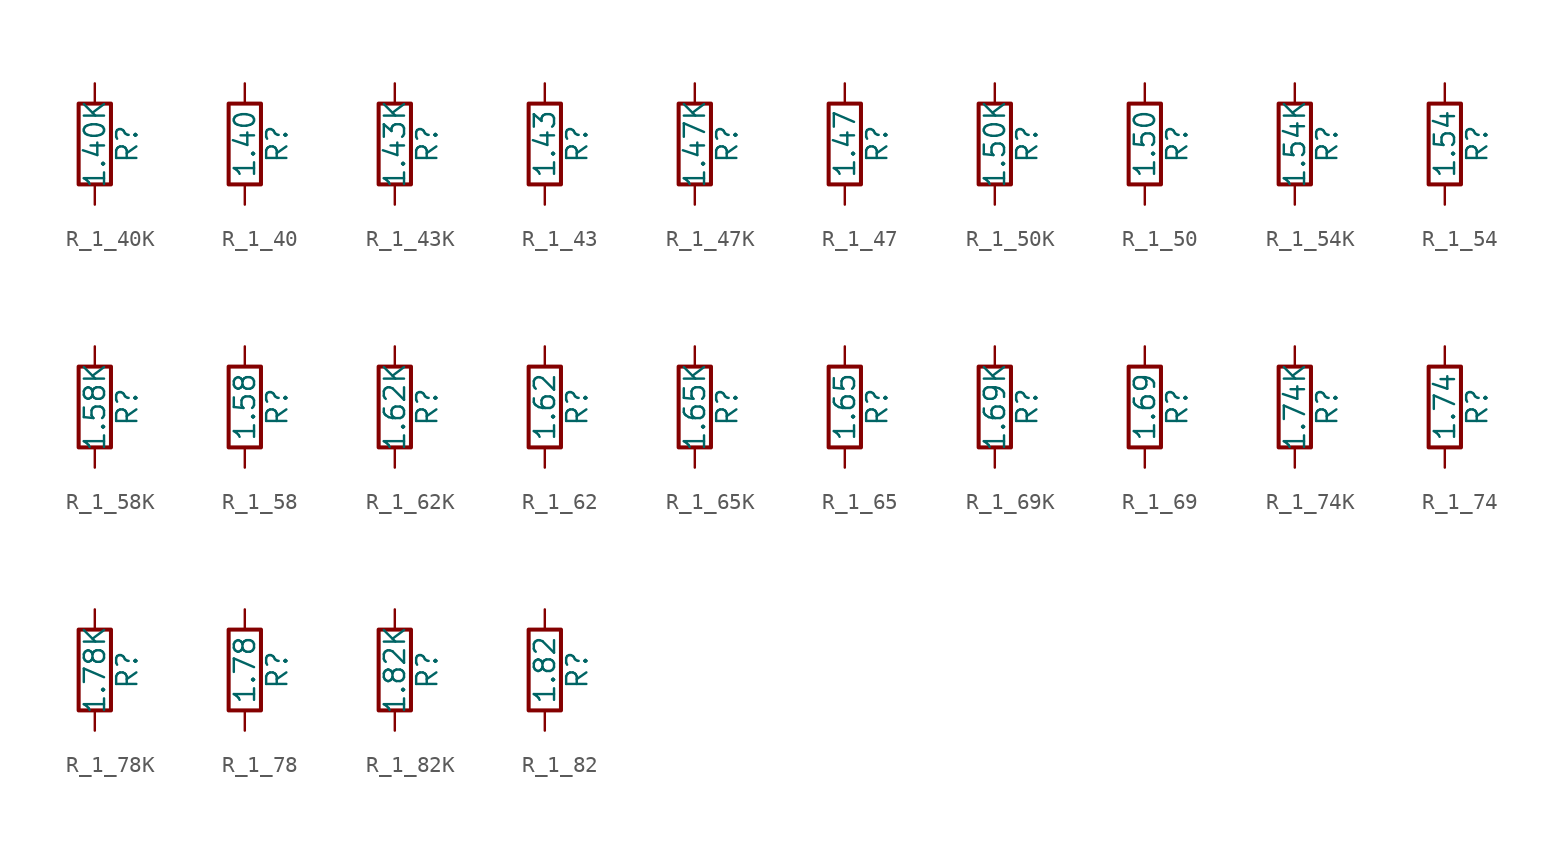
<source format=kicad_sym>
(kicad_symbol_lib
  (version 20211014)
  (generator atlantix-eda)
  (symbol "R_1_40K"
    (pin_numbers hide)
    (pin_names
      (offset 0))
    (property "Reference" "R"
      (at 2.032 0 90)
      (effects (font (size 1.27 1.27))))
    (property "Value" "1.40K"
      (at 0 0 90)
      (effects (font (size 1.27 1.27))))
    (symbol "R_1_40K_0_1"
      (rectangle (start -1.016 -2.54) (end 1.016 2.54) (stroke (width 0.254) (type default) (color 0 0 0 0)) (fill (type none))))
    (symbol "R_1_40K_1_1"
      (pin passive line (at 0 3.81 270) (length 1.27) (name "~" (effects (font (size 1.27 1.27)))) (number "1" (effects (font (size 1.27 1.27)))))
      (pin passive line (at 0 -3.81 90) (length 1.27) (name "~" (effects (font (size 1.27 1.27)))) (number "2" (effects (font (size 1.27 1.27)))))))
  (symbol "R_1_40"
    (pin_numbers hide)
    (pin_names
      (offset 0))
    (property "Reference" "R"
      (at 2.032 0 90)
      (effects (font (size 1.27 1.27))))
    (property "Value" "1.40"
      (at 0 0 90)
      (effects (font (size 1.27 1.27))))
    (symbol "R_1_40_0_1"
      (rectangle (start -1.016 -2.54) (end 1.016 2.54) (stroke (width 0.254) (type default) (color 0 0 0 0)) (fill (type none))))
    (symbol "R_1_40_1_1"
      (pin passive line (at 0 3.81 270) (length 1.27) (name "~" (effects (font (size 1.27 1.27)))) (number "1" (effects (font (size 1.27 1.27)))))
      (pin passive line (at 0 -3.81 90) (length 1.27) (name "~" (effects (font (size 1.27 1.27)))) (number "2" (effects (font (size 1.27 1.27)))))))
  (symbol "R_1_43K"
    (pin_numbers hide)
    (pin_names
      (offset 0))
    (property "Reference" "R"
      (at 2.032 0 90)
      (effects (font (size 1.27 1.27))))
    (property "Value" "1.43K"
      (at 0 0 90)
      (effects (font (size 1.27 1.27))))
    (symbol "R_1_43K_0_1"
      (rectangle (start -1.016 -2.54) (end 1.016 2.54) (stroke (width 0.254) (type default) (color 0 0 0 0)) (fill (type none))))
    (symbol "R_1_43K_1_1"
      (pin passive line (at 0 3.81 270) (length 1.27) (name "~" (effects (font (size 1.27 1.27)))) (number "1" (effects (font (size 1.27 1.27)))))
      (pin passive line (at 0 -3.81 90) (length 1.27) (name "~" (effects (font (size 1.27 1.27)))) (number "2" (effects (font (size 1.27 1.27)))))))
  (symbol "R_1_43"
    (pin_numbers hide)
    (pin_names
      (offset 0))
    (property "Reference" "R"
      (at 2.032 0 90)
      (effects (font (size 1.27 1.27))))
    (property "Value" "1.43"
      (at 0 0 90)
      (effects (font (size 1.27 1.27))))
    (symbol "R_1_43_0_1"
      (rectangle (start -1.016 -2.54) (end 1.016 2.54) (stroke (width 0.254) (type default) (color 0 0 0 0)) (fill (type none))))
    (symbol "R_1_43_1_1"
      (pin passive line (at 0 3.81 270) (length 1.27) (name "~" (effects (font (size 1.27 1.27)))) (number "1" (effects (font (size 1.27 1.27)))))
      (pin passive line (at 0 -3.81 90) (length 1.27) (name "~" (effects (font (size 1.27 1.27)))) (number "2" (effects (font (size 1.27 1.27)))))))
  (symbol "R_1_47K"
    (pin_numbers hide)
    (pin_names
      (offset 0))
    (property "Reference" "R"
      (at 2.032 0 90)
      (effects (font (size 1.27 1.27))))
    (property "Value" "1.47K"
      (at 0 0 90)
      (effects (font (size 1.27 1.27))))
    (symbol "R_1_47K_0_1"
      (rectangle (start -1.016 -2.54) (end 1.016 2.54) (stroke (width 0.254) (type default) (color 0 0 0 0)) (fill (type none))))
    (symbol "R_1_47K_1_1"
      (pin passive line (at 0 3.81 270) (length 1.27) (name "~" (effects (font (size 1.27 1.27)))) (number "1" (effects (font (size 1.27 1.27)))))
      (pin passive line (at 0 -3.81 90) (length 1.27) (name "~" (effects (font (size 1.27 1.27)))) (number "2" (effects (font (size 1.27 1.27)))))))
  (symbol "R_1_47"
    (pin_numbers hide)
    (pin_names
      (offset 0))
    (property "Reference" "R"
      (at 2.032 0 90)
      (effects (font (size 1.27 1.27))))
    (property "Value" "1.47"
      (at 0 0 90)
      (effects (font (size 1.27 1.27))))
    (symbol "R_1_47_0_1"
      (rectangle (start -1.016 -2.54) (end 1.016 2.54) (stroke (width 0.254) (type default) (color 0 0 0 0)) (fill (type none))))
    (symbol "R_1_47_1_1"
      (pin passive line (at 0 3.81 270) (length 1.27) (name "~" (effects (font (size 1.27 1.27)))) (number "1" (effects (font (size 1.27 1.27)))))
      (pin passive line (at 0 -3.81 90) (length 1.27) (name "~" (effects (font (size 1.27 1.27)))) (number "2" (effects (font (size 1.27 1.27)))))))
  (symbol "R_1_50K"
    (pin_numbers hide)
    (pin_names
      (offset 0))
    (property "Reference" "R"
      (at 2.032 0 90)
      (effects (font (size 1.27 1.27))))
    (property "Value" "1.50K"
      (at 0 0 90)
      (effects (font (size 1.27 1.27))))
    (symbol "R_1_50K_0_1"
      (rectangle (start -1.016 -2.54) (end 1.016 2.54) (stroke (width 0.254) (type default) (color 0 0 0 0)) (fill (type none))))
    (symbol "R_1_50K_1_1"
      (pin passive line (at 0 3.81 270) (length 1.27) (name "~" (effects (font (size 1.27 1.27)))) (number "1" (effects (font (size 1.27 1.27)))))
      (pin passive line (at 0 -3.81 90) (length 1.27) (name "~" (effects (font (size 1.27 1.27)))) (number "2" (effects (font (size 1.27 1.27)))))))
  (symbol "R_1_50"
    (pin_numbers hide)
    (pin_names
      (offset 0))
    (property "Reference" "R"
      (at 2.032 0 90)
      (effects (font (size 1.27 1.27))))
    (property "Value" "1.50"
      (at 0 0 90)
      (effects (font (size 1.27 1.27))))
    (symbol "R_1_50_0_1"
      (rectangle (start -1.016 -2.54) (end 1.016 2.54) (stroke (width 0.254) (type default) (color 0 0 0 0)) (fill (type none))))
    (symbol "R_1_50_1_1"
      (pin passive line (at 0 3.81 270) (length 1.27) (name "~" (effects (font (size 1.27 1.27)))) (number "1" (effects (font (size 1.27 1.27)))))
      (pin passive line (at 0 -3.81 90) (length 1.27) (name "~" (effects (font (size 1.27 1.27)))) (number "2" (effects (font (size 1.27 1.27)))))))
  (symbol "R_1_54K"
    (pin_numbers hide)
    (pin_names
      (offset 0))
    (property "Reference" "R"
      (at 2.032 0 90)
      (effects (font (size 1.27 1.27))))
    (property "Value" "1.54K"
      (at 0 0 90)
      (effects (font (size 1.27 1.27))))
    (symbol "R_1_54K_0_1"
      (rectangle (start -1.016 -2.54) (end 1.016 2.54) (stroke (width 0.254) (type default) (color 0 0 0 0)) (fill (type none))))
    (symbol "R_1_54K_1_1"
      (pin passive line (at 0 3.81 270) (length 1.27) (name "~" (effects (font (size 1.27 1.27)))) (number "1" (effects (font (size 1.27 1.27)))))
      (pin passive line (at 0 -3.81 90) (length 1.27) (name "~" (effects (font (size 1.27 1.27)))) (number "2" (effects (font (size 1.27 1.27)))))))
  (symbol "R_1_54"
    (pin_numbers hide)
    (pin_names
      (offset 0))
    (property "Reference" "R"
      (at 2.032 0 90)
      (effects (font (size 1.27 1.27))))
    (property "Value" "1.54"
      (at 0 0 90)
      (effects (font (size 1.27 1.27))))
    (symbol "R_1_54_0_1"
      (rectangle (start -1.016 -2.54) (end 1.016 2.54) (stroke (width 0.254) (type default) (color 0 0 0 0)) (fill (type none))))
    (symbol "R_1_54_1_1"
      (pin passive line (at 0 3.81 270) (length 1.27) (name "~" (effects (font (size 1.27 1.27)))) (number "1" (effects (font (size 1.27 1.27)))))
      (pin passive line (at 0 -3.81 90) (length 1.27) (name "~" (effects (font (size 1.27 1.27)))) (number "2" (effects (font (size 1.27 1.27)))))))
  (symbol "R_1_58K"
    (pin_numbers hide)
    (pin_names
      (offset 0))
    (property "Reference" "R"
      (at 2.032 0 90)
      (effects (font (size 1.27 1.27))))
    (property "Value" "1.58K"
      (at 0 0 90)
      (effects (font (size 1.27 1.27))))
    (symbol "R_1_58K_0_1"
      (rectangle (start -1.016 -2.54) (end 1.016 2.54) (stroke (width 0.254) (type default) (color 0 0 0 0)) (fill (type none))))
    (symbol "R_1_58K_1_1"
      (pin passive line (at 0 3.81 270) (length 1.27) (name "~" (effects (font (size 1.27 1.27)))) (number "1" (effects (font (size 1.27 1.27)))))
      (pin passive line (at 0 -3.81 90) (length 1.27) (name "~" (effects (font (size 1.27 1.27)))) (number "2" (effects (font (size 1.27 1.27)))))))
  (symbol "R_1_58"
    (pin_numbers hide)
    (pin_names
      (offset 0))
    (property "Reference" "R"
      (at 2.032 0 90)
      (effects (font (size 1.27 1.27))))
    (property "Value" "1.58"
      (at 0 0 90)
      (effects (font (size 1.27 1.27))))
    (symbol "R_1_58_0_1"
      (rectangle (start -1.016 -2.54) (end 1.016 2.54) (stroke (width 0.254) (type default) (color 0 0 0 0)) (fill (type none))))
    (symbol "R_1_58_1_1"
      (pin passive line (at 0 3.81 270) (length 1.27) (name "~" (effects (font (size 1.27 1.27)))) (number "1" (effects (font (size 1.27 1.27)))))
      (pin passive line (at 0 -3.81 90) (length 1.27) (name "~" (effects (font (size 1.27 1.27)))) (number "2" (effects (font (size 1.27 1.27)))))))
  (symbol "R_1_62K"
    (pin_numbers hide)
    (pin_names
      (offset 0))
    (property "Reference" "R"
      (at 2.032 0 90)
      (effects (font (size 1.27 1.27))))
    (property "Value" "1.62K"
      (at 0 0 90)
      (effects (font (size 1.27 1.27))))
    (symbol "R_1_62K_0_1"
      (rectangle (start -1.016 -2.54) (end 1.016 2.54) (stroke (width 0.254) (type default) (color 0 0 0 0)) (fill (type none))))
    (symbol "R_1_62K_1_1"
      (pin passive line (at 0 3.81 270) (length 1.27) (name "~" (effects (font (size 1.27 1.27)))) (number "1" (effects (font (size 1.27 1.27)))))
      (pin passive line (at 0 -3.81 90) (length 1.27) (name "~" (effects (font (size 1.27 1.27)))) (number "2" (effects (font (size 1.27 1.27)))))))
  (symbol "R_1_62"
    (pin_numbers hide)
    (pin_names
      (offset 0))
    (property "Reference" "R"
      (at 2.032 0 90)
      (effects (font (size 1.27 1.27))))
    (property "Value" "1.62"
      (at 0 0 90)
      (effects (font (size 1.27 1.27))))
    (symbol "R_1_62_0_1"
      (rectangle (start -1.016 -2.54) (end 1.016 2.54) (stroke (width 0.254) (type default) (color 0 0 0 0)) (fill (type none))))
    (symbol "R_1_62_1_1"
      (pin passive line (at 0 3.81 270) (length 1.27) (name "~" (effects (font (size 1.27 1.27)))) (number "1" (effects (font (size 1.27 1.27)))))
      (pin passive line (at 0 -3.81 90) (length 1.27) (name "~" (effects (font (size 1.27 1.27)))) (number "2" (effects (font (size 1.27 1.27)))))))
  (symbol "R_1_65K"
    (pin_numbers hide)
    (pin_names
      (offset 0))
    (property "Reference" "R"
      (at 2.032 0 90)
      (effects (font (size 1.27 1.27))))
    (property "Value" "1.65K"
      (at 0 0 90)
      (effects (font (size 1.27 1.27))))
    (symbol "R_1_65K_0_1"
      (rectangle (start -1.016 -2.54) (end 1.016 2.54) (stroke (width 0.254) (type default) (color 0 0 0 0)) (fill (type none))))
    (symbol "R_1_65K_1_1"
      (pin passive line (at 0 3.81 270) (length 1.27) (name "~" (effects (font (size 1.27 1.27)))) (number "1" (effects (font (size 1.27 1.27)))))
      (pin passive line (at 0 -3.81 90) (length 1.27) (name "~" (effects (font (size 1.27 1.27)))) (number "2" (effects (font (size 1.27 1.27)))))))
  (symbol "R_1_65"
    (pin_numbers hide)
    (pin_names
      (offset 0))
    (property "Reference" "R"
      (at 2.032 0 90)
      (effects (font (size 1.27 1.27))))
    (property "Value" "1.65"
      (at 0 0 90)
      (effects (font (size 1.27 1.27))))
    (symbol "R_1_65_0_1"
      (rectangle (start -1.016 -2.54) (end 1.016 2.54) (stroke (width 0.254) (type default) (color 0 0 0 0)) (fill (type none))))
    (symbol "R_1_65_1_1"
      (pin passive line (at 0 3.81 270) (length 1.27) (name "~" (effects (font (size 1.27 1.27)))) (number "1" (effects (font (size 1.27 1.27)))))
      (pin passive line (at 0 -3.81 90) (length 1.27) (name "~" (effects (font (size 1.27 1.27)))) (number "2" (effects (font (size 1.27 1.27)))))))
  (symbol "R_1_69K"
    (pin_numbers hide)
    (pin_names
      (offset 0))
    (property "Reference" "R"
      (at 2.032 0 90)
      (effects (font (size 1.27 1.27))))
    (property "Value" "1.69K"
      (at 0 0 90)
      (effects (font (size 1.27 1.27))))
    (symbol "R_1_69K_0_1"
      (rectangle (start -1.016 -2.54) (end 1.016 2.54) (stroke (width 0.254) (type default) (color 0 0 0 0)) (fill (type none))))
    (symbol "R_1_69K_1_1"
      (pin passive line (at 0 3.81 270) (length 1.27) (name "~" (effects (font (size 1.27 1.27)))) (number "1" (effects (font (size 1.27 1.27)))))
      (pin passive line (at 0 -3.81 90) (length 1.27) (name "~" (effects (font (size 1.27 1.27)))) (number "2" (effects (font (size 1.27 1.27)))))))
  (symbol "R_1_69"
    (pin_numbers hide)
    (pin_names
      (offset 0))
    (property "Reference" "R"
      (at 2.032 0 90)
      (effects (font (size 1.27 1.27))))
    (property "Value" "1.69"
      (at 0 0 90)
      (effects (font (size 1.27 1.27))))
    (symbol "R_1_69_0_1"
      (rectangle (start -1.016 -2.54) (end 1.016 2.54) (stroke (width 0.254) (type default) (color 0 0 0 0)) (fill (type none))))
    (symbol "R_1_69_1_1"
      (pin passive line (at 0 3.81 270) (length 1.27) (name "~" (effects (font (size 1.27 1.27)))) (number "1" (effects (font (size 1.27 1.27)))))
      (pin passive line (at 0 -3.81 90) (length 1.27) (name "~" (effects (font (size 1.27 1.27)))) (number "2" (effects (font (size 1.27 1.27)))))))
  (symbol "R_1_74K"
    (pin_numbers hide)
    (pin_names
      (offset 0))
    (property "Reference" "R"
      (at 2.032 0 90)
      (effects (font (size 1.27 1.27))))
    (property "Value" "1.74K"
      (at 0 0 90)
      (effects (font (size 1.27 1.27))))
    (symbol "R_1_74K_0_1"
      (rectangle (start -1.016 -2.54) (end 1.016 2.54) (stroke (width 0.254) (type default) (color 0 0 0 0)) (fill (type none))))
    (symbol "R_1_74K_1_1"
      (pin passive line (at 0 3.81 270) (length 1.27) (name "~" (effects (font (size 1.27 1.27)))) (number "1" (effects (font (size 1.27 1.27)))))
      (pin passive line (at 0 -3.81 90) (length 1.27) (name "~" (effects (font (size 1.27 1.27)))) (number "2" (effects (font (size 1.27 1.27)))))))
  (symbol "R_1_74"
    (pin_numbers hide)
    (pin_names
      (offset 0))
    (property "Reference" "R"
      (at 2.032 0 90)
      (effects (font (size 1.27 1.27))))
    (property "Value" "1.74"
      (at 0 0 90)
      (effects (font (size 1.27 1.27))))
    (symbol "R_1_74_0_1"
      (rectangle (start -1.016 -2.54) (end 1.016 2.54) (stroke (width 0.254) (type default) (color 0 0 0 0)) (fill (type none))))
    (symbol "R_1_74_1_1"
      (pin passive line (at 0 3.81 270) (length 1.27) (name "~" (effects (font (size 1.27 1.27)))) (number "1" (effects (font (size 1.27 1.27)))))
      (pin passive line (at 0 -3.81 90) (length 1.27) (name "~" (effects (font (size 1.27 1.27)))) (number "2" (effects (font (size 1.27 1.27)))))))
  (symbol "R_1_78K"
    (pin_numbers hide)
    (pin_names
      (offset 0))
    (property "Reference" "R"
      (at 2.032 0 90)
      (effects (font (size 1.27 1.27))))
    (property "Value" "1.78K"
      (at 0 0 90)
      (effects (font (size 1.27 1.27))))
    (symbol "R_1_78K_0_1"
      (rectangle (start -1.016 -2.54) (end 1.016 2.54) (stroke (width 0.254) (type default) (color 0 0 0 0)) (fill (type none))))
    (symbol "R_1_78K_1_1"
      (pin passive line (at 0 3.81 270) (length 1.27) (name "~" (effects (font (size 1.27 1.27)))) (number "1" (effects (font (size 1.27 1.27)))))
      (pin passive line (at 0 -3.81 90) (length 1.27) (name "~" (effects (font (size 1.27 1.27)))) (number "2" (effects (font (size 1.27 1.27)))))))
  (symbol "R_1_78"
    (pin_numbers hide)
    (pin_names
      (offset 0))
    (property "Reference" "R"
      (at 2.032 0 90)
      (effects (font (size 1.27 1.27))))
    (property "Value" "1.78"
      (at 0 0 90)
      (effects (font (size 1.27 1.27))))
    (symbol "R_1_78_0_1"
      (rectangle (start -1.016 -2.54) (end 1.016 2.54) (stroke (width 0.254) (type default) (color 0 0 0 0)) (fill (type none))))
    (symbol "R_1_78_1_1"
      (pin passive line (at 0 3.81 270) (length 1.27) (name "~" (effects (font (size 1.27 1.27)))) (number "1" (effects (font (size 1.27 1.27)))))
      (pin passive line (at 0 -3.81 90) (length 1.27) (name "~" (effects (font (size 1.27 1.27)))) (number "2" (effects (font (size 1.27 1.27)))))))
  (symbol "R_1_82K"
    (pin_numbers hide)
    (pin_names
      (offset 0))
    (property "Reference" "R"
      (at 2.032 0 90)
      (effects (font (size 1.27 1.27))))
    (property "Value" "1.82K"
      (at 0 0 90)
      (effects (font (size 1.27 1.27))))
    (symbol "R_1_82K_0_1"
      (rectangle (start -1.016 -2.54) (end 1.016 2.54) (stroke (width 0.254) (type default) (color 0 0 0 0)) (fill (type none))))
    (symbol "R_1_82K_1_1"
      (pin passive line (at 0 3.81 270) (length 1.27) (name "~" (effects (font (size 1.27 1.27)))) (number "1" (effects (font (size 1.27 1.27)))))
      (pin passive line (at 0 -3.81 90) (length 1.27) (name "~" (effects (font (size 1.27 1.27)))) (number "2" (effects (font (size 1.27 1.27)))))))
  (symbol "R_1_82"
    (pin_numbers hide)
    (pin_names
      (offset 0))
    (property "Reference" "R"
      (at 2.032 0 90)
      (effects (font (size 1.27 1.27))))
    (property "Value" "1.82"
      (at 0 0 90)
      (effects (font (size 1.27 1.27))))
    (symbol "R_1_82_0_1"
      (rectangle (start -1.016 -2.54) (end 1.016 2.54) (stroke (width 0.254) (type default) (color 0 0 0 0)) (fill (type none))))
    (symbol "R_1_82_1_1"
      (pin passive line (at 0 3.81 270) (length 1.27) (name "~" (effects (font (size 1.27 1.27)))) (number "1" (effects (font (size 1.27 1.27)))))
      (pin passive line (at 0 -3.81 90) (length 1.27) (name "~" (effects (font (size 1.27 1.27)))) (number "2" (effects (font (size 1.27 1.27))))))))
</source>
